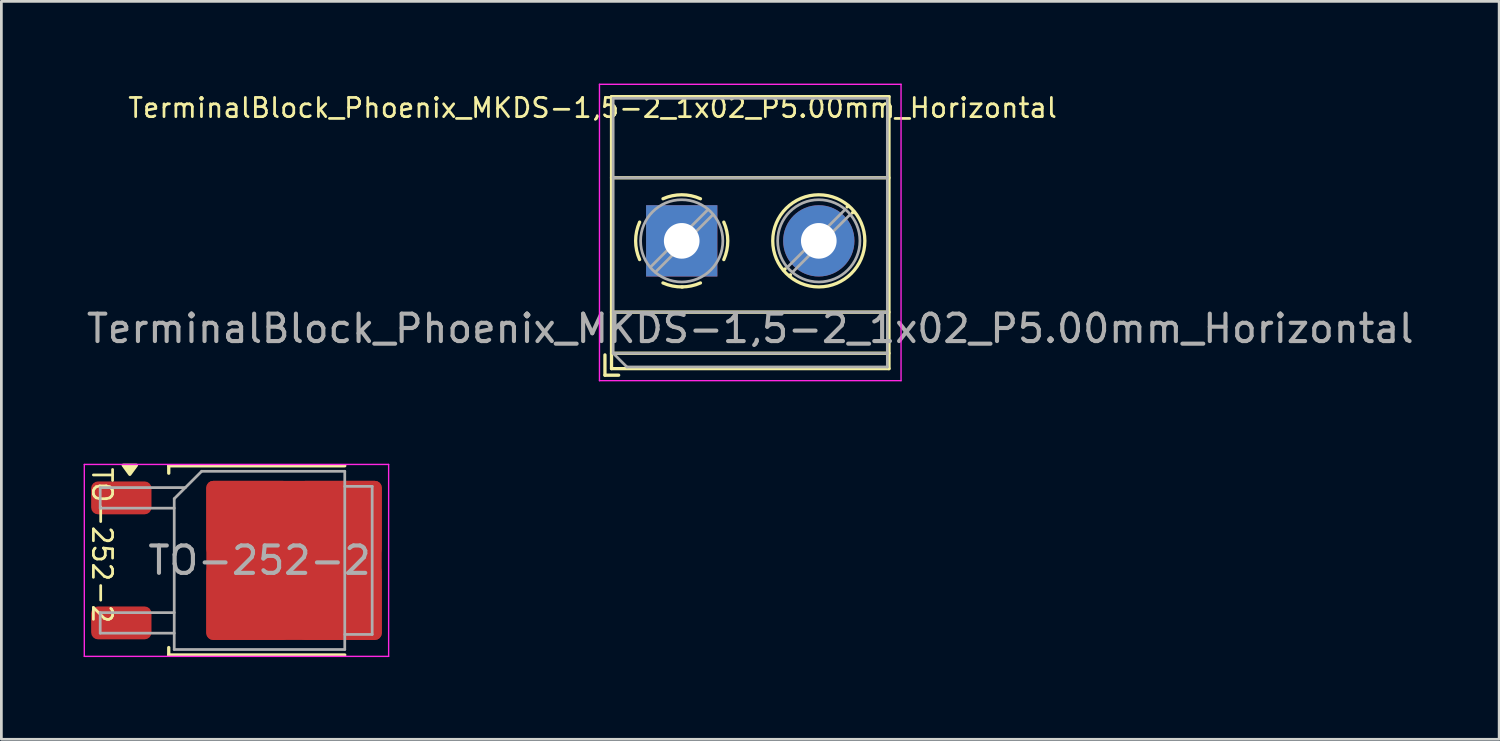
<source format=kicad_pcb>
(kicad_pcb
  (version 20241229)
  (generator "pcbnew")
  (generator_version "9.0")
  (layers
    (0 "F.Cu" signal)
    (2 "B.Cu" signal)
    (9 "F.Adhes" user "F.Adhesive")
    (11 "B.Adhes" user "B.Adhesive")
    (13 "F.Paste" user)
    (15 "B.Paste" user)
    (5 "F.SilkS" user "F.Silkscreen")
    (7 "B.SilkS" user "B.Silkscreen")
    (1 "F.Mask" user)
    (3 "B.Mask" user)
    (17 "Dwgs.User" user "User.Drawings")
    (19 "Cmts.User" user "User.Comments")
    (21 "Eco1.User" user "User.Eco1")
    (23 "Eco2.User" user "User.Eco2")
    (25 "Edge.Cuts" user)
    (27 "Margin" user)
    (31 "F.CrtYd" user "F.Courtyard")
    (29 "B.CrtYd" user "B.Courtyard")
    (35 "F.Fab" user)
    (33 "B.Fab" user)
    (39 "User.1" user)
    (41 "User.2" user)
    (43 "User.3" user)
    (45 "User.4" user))
  (footprint "TerminalBlock_Phoenix_MKDS-1,5-2_1x02_P5.00mm_Horizontal"
    (layer "F.Cu")
    (at 21.815 5.735)
    (property "Reference" "TerminalBlock_Phoenix_MKDS-1,5-2_1x02_P5.00mm_Horizontal" (at -3.25 -4.85 0) (unlocked yes) (layer "F.SilkS") (effects (font (size 0.7 0.7) (thickness 0.1))))
    (attr through_hole)
    (fp_line (start -2.8 4.16) (end -2.8 4.9) (stroke (width 0.12) (type solid)) (layer "F.SilkS"))
    (fp_line (start -2.8 4.9) (end -2.3 4.9) (stroke (width 0.12) (type solid)) (layer "F.SilkS"))
    (fp_line (start -2.56 -5.261) (end -2.56 4.66) (stroke (width 0.12) (type solid)) (layer "F.SilkS"))
    (fp_line (start -2.56 -5.261) (end 7.56 -5.261) (stroke (width 0.12) (type solid)) (layer "F.SilkS"))
    (fp_line (start -2.56 -2.301) (end 7.56 -2.301) (stroke (width 0.12) (type solid)) (layer "F.SilkS"))
    (fp_line (start -2.56 2.6) (end 7.56 2.6) (stroke (width 0.12) (type solid)) (layer "F.SilkS"))
    (fp_line (start -2.56 4.1) (end 7.56 4.1) (stroke (width 0.12) (type solid)) (layer "F.SilkS"))
    (fp_line (start -2.56 4.66) (end 7.56 4.66) (stroke (width 0.12) (type solid)) (layer "F.SilkS"))
    (fp_line (start 3.773 1.023) (end 3.726 1.069) (stroke (width 0.12) (type solid)) (layer "F.SilkS"))
    (fp_line (start 3.966 1.239) (end 3.931 1.274) (stroke (width 0.12) (type solid)) (layer "F.SilkS"))
    (fp_line (start 6.07 -1.275) (end 6.035 -1.239) (stroke (width 0.12) (type solid)) (layer "F.SilkS"))
    (fp_line (start 6.275 -1.069) (end 6.228 -1.023) (stroke (width 0.12) (type solid)) (layer "F.SilkS"))
    (fp_line (start 7.56 -5.261) (end 7.56 4.66) (stroke (width 0.12) (type solid)) (layer "F.SilkS"))
    (fp_arc (start -1.535427 0.683042) (mid -1.680501 -0.000524) (end -1.535 -0.684) (stroke (width 0.12) (type solid)) (layer "F.SilkS"))
    (fp_arc (start -0.683042 -1.535427) (mid 0.000524 -1.680501) (end 0.684 -1.535) (stroke (width 0.12) (type solid)) (layer "F.SilkS"))
    (fp_arc (start 0.028805 1.680253) (mid -0.335551 1.646659) (end -0.684 1.535) (stroke (width 0.12) (type solid)) (layer "F.SilkS"))
    (fp_arc (start 0.683318 1.534756) (mid 0.349292 1.643288) (end 0 1.68) (stroke (width 0.12) (type solid)) (layer "F.SilkS"))
    (fp_arc (start 1.535427 -0.683042) (mid 1.680501 0.000524) (end 1.535 0.684) (stroke (width 0.12) (type solid)) (layer "F.SilkS"))
    (fp_circle (center 5 0) (end 6.68 0) (stroke (width 0.12) (type solid)) (fill no) (layer "F.SilkS"))
    (fp_line (start -3 -5.71) (end -3 5.1) (stroke (width 0.05) (type solid)) (layer "F.CrtYd"))
    (fp_line (start -3 5.1) (end 8 5.1) (stroke (width 0.05) (type solid)) (layer "F.CrtYd"))
    (fp_line (start 8 -5.71) (end -3 -5.71) (stroke (width 0.05) (type solid)) (layer "F.CrtYd"))
    (fp_line (start 8 5.1) (end 8 -5.71) (stroke (width 0.05) (type solid)) (layer "F.CrtYd"))
    (fp_line (start -2.5 -5.2) (end 7.5 -5.2) (stroke (width 0.1) (type solid)) (layer "F.Fab"))
    (fp_line (start -2.5 -2.3) (end 7.5 -2.3) (stroke (width 0.1) (type solid)) (layer "F.Fab"))
    (fp_line (start -2.5 2.6) (end 7.5 2.6) (stroke (width 0.1) (type solid)) (layer "F.Fab"))
    (fp_line (start -2.5 4.1) (end -2.5 -5.2) (stroke (width 0.1) (type solid)) (layer "F.Fab"))
    (fp_line (start -2.5 4.1) (end 7.5 4.1) (stroke (width 0.1) (type solid)) (layer "F.Fab"))
    (fp_line (start -2 4.6) (end -2.5 4.1) (stroke (width 0.1) (type solid)) (layer "F.Fab"))
    (fp_line (start 0.955 -1.138) (end -1.138 0.955) (stroke (width 0.1) (type solid)) (layer "F.Fab"))
    (fp_line (start 1.138 -0.955) (end -0.955 1.138) (stroke (width 0.1) (type solid)) (layer "F.Fab"))
    (fp_line (start 5.955 -1.138) (end 3.863 0.955) (stroke (width 0.1) (type solid)) (layer "F.Fab"))
    (fp_line (start 6.138 -0.955) (end 4.046 1.138) (stroke (width 0.1) (type solid)) (layer "F.Fab"))
    (fp_line (start 7.5 -5.2) (end 7.5 4.6) (stroke (width 0.1) (type solid)) (layer "F.Fab"))
    (fp_line (start 7.5 4.6) (end -2 4.6) (stroke (width 0.1) (type solid)) (layer "F.Fab"))
    (fp_circle (center 0 0) (end 1.5 0) (stroke (width 0.1) (type solid)) (fill no) (layer "F.Fab"))
    (fp_circle (center 5 0) (end 6.5 0) (stroke (width 0.1) (type solid)) (fill no) (layer "F.Fab"))
    (fp_text user "${REFERENCE}" (at 2.5 3.2 0) (layer "F.Fab") (effects (font (size 1 1) (thickness 0.15))))
    (pad "1" thru_hole rect (at 0 0) (size 2.6 2.6) (drill 1.3) (layers "*.Cu" "*.Mask"))
    (pad "2" thru_hole circle (at 5 0) (size 2.6 2.6) (drill 1.3) (layers "*.Cu" "*.Mask")))
  (footprint "TO-252-2"
    (layer "F.Cu")
    (at 6.415 17.39)
    (property "Reference" "TO-252-2" (at -5.74 -0.55 270) (unlocked yes) (layer "F.SilkS") (effects (font (size 0.7 0.7) (thickness 0.1))))
    (attr smd)
    (fp_line (start -3.31 -3.45) (end -3.31 -3.18) (stroke (width 0.12) (type solid)) (layer "F.SilkS"))
    (fp_line (start -3.31 3.45) (end -3.31 3.18) (stroke (width 0.12) (type solid)) (layer "F.SilkS"))
    (fp_line (start 3.11 -3.45) (end -3.31 -3.45) (stroke (width 0.12) (type solid)) (layer "F.SilkS"))
    (fp_line (start 3.11 3.45) (end -3.31 3.45) (stroke (width 0.12) (type solid)) (layer "F.SilkS"))
    (fp_poly (pts (xy -4.73 -3.14) (xy -4.97 -3.47) (xy -4.49 -3.47) (xy -4.73 -3.14)) (stroke (width 0.12) (type solid)) (fill yes) (layer "F.SilkS"))
    (fp_line (start -6.39 -3.5) (end -6.39 3.5) (stroke (width 0.05) (type solid)) (layer "F.CrtYd"))
    (fp_line (start -6.39 3.5) (end 4.71 3.5) (stroke (width 0.05) (type solid)) (layer "F.CrtYd"))
    (fp_line (start 4.71 -3.5) (end -6.39 -3.5) (stroke (width 0.05) (type solid)) (layer "F.CrtYd"))
    (fp_line (start 4.71 3.5) (end 4.71 -3.5) (stroke (width 0.05) (type solid)) (layer "F.CrtYd"))
    (fp_line (start -5.81 -2.655) (end -5.81 -1.905) (stroke (width 0.1) (type solid)) (layer "F.Fab"))
    (fp_line (start -5.81 -1.905) (end -3.11 -1.905) (stroke (width 0.1) (type solid)) (layer "F.Fab"))
    (fp_line (start -5.81 1.905) (end -5.81 2.655) (stroke (width 0.1) (type solid)) (layer "F.Fab"))
    (fp_line (start -5.81 2.655) (end -3.11 2.655) (stroke (width 0.1) (type solid)) (layer "F.Fab"))
    (fp_line (start -3.11 -2.25) (end -2.11 -3.25) (stroke (width 0.1) (type solid)) (layer "F.Fab"))
    (fp_line (start -3.11 1.905) (end -5.81 1.905) (stroke (width 0.1) (type solid)) (layer "F.Fab"))
    (fp_line (start -3.11 3.25) (end -3.11 -2.25) (stroke (width 0.1) (type solid)) (layer "F.Fab"))
    (fp_line (start -2.705 -2.655) (end -5.81 -2.655) (stroke (width 0.1) (type solid)) (layer "F.Fab"))
    (fp_line (start -2.11 -3.25) (end 3.11 -3.25) (stroke (width 0.1) (type solid)) (layer "F.Fab"))
    (fp_line (start 3.11 -3.25) (end 3.11 3.25) (stroke (width 0.1) (type solid)) (layer "F.Fab"))
    (fp_line (start 3.11 -2.7) (end 4.11 -2.7) (stroke (width 0.1) (type solid)) (layer "F.Fab"))
    (fp_line (start 3.11 3.25) (end -3.11 3.25) (stroke (width 0.1) (type solid)) (layer "F.Fab"))
    (fp_line (start 4.11 -2.7) (end 4.11 2.7) (stroke (width 0.1) (type solid)) (layer "F.Fab"))
    (fp_line (start 4.11 2.7) (end 3.11 2.7) (stroke (width 0.1) (type solid)) (layer "F.Fab"))
    (fp_text user "${REFERENCE}" (at 0 0 0) (layer "F.Fab") (effects (font (size 1 1) (thickness 0.15))))
    (pad "1" smd roundrect (at -5.04 -2.28) (size 2.2 1.2) (layers "F.Cu" "F.Mask" "F.Paste") (roundrect_rratio 0.208))
    (pad "2" smd roundrect (at -0.415 -1.525) (size 3.05 2.75) (layers "F.Cu" "F.Paste") (roundrect_rratio 0.091))
    (pad "2" smd roundrect (at -0.415 1.525) (size 3.05 2.75) (layers "F.Cu" "F.Paste") (roundrect_rratio 0.091))
    (pad "2" smd roundrect (at 1.26 0) (size 6.4 5.8) (layers "F.Cu" "F.Mask") (roundrect_rratio 0.043))
    (pad "2" smd roundrect (at 2.935 -1.525) (size 3.05 2.75) (layers "F.Cu" "F.Paste") (roundrect_rratio 0.091))
    (pad "2" smd roundrect (at 2.935 1.525) (size 3.05 2.75) (layers "F.Cu" "F.Paste") (roundrect_rratio 0.091))
    (pad "3" smd roundrect (at -5.04 2.28) (size 2.2 1.2) (layers "F.Cu" "F.Mask" "F.Paste") (roundrect_rratio 0.208)))
  (gr_rect
    (start -3 -3)
    (end 51.631 23.915)
    (stroke (width 0.1) (type default))
    (fill no)
    (layer "Edge.Cuts")))
</source>
